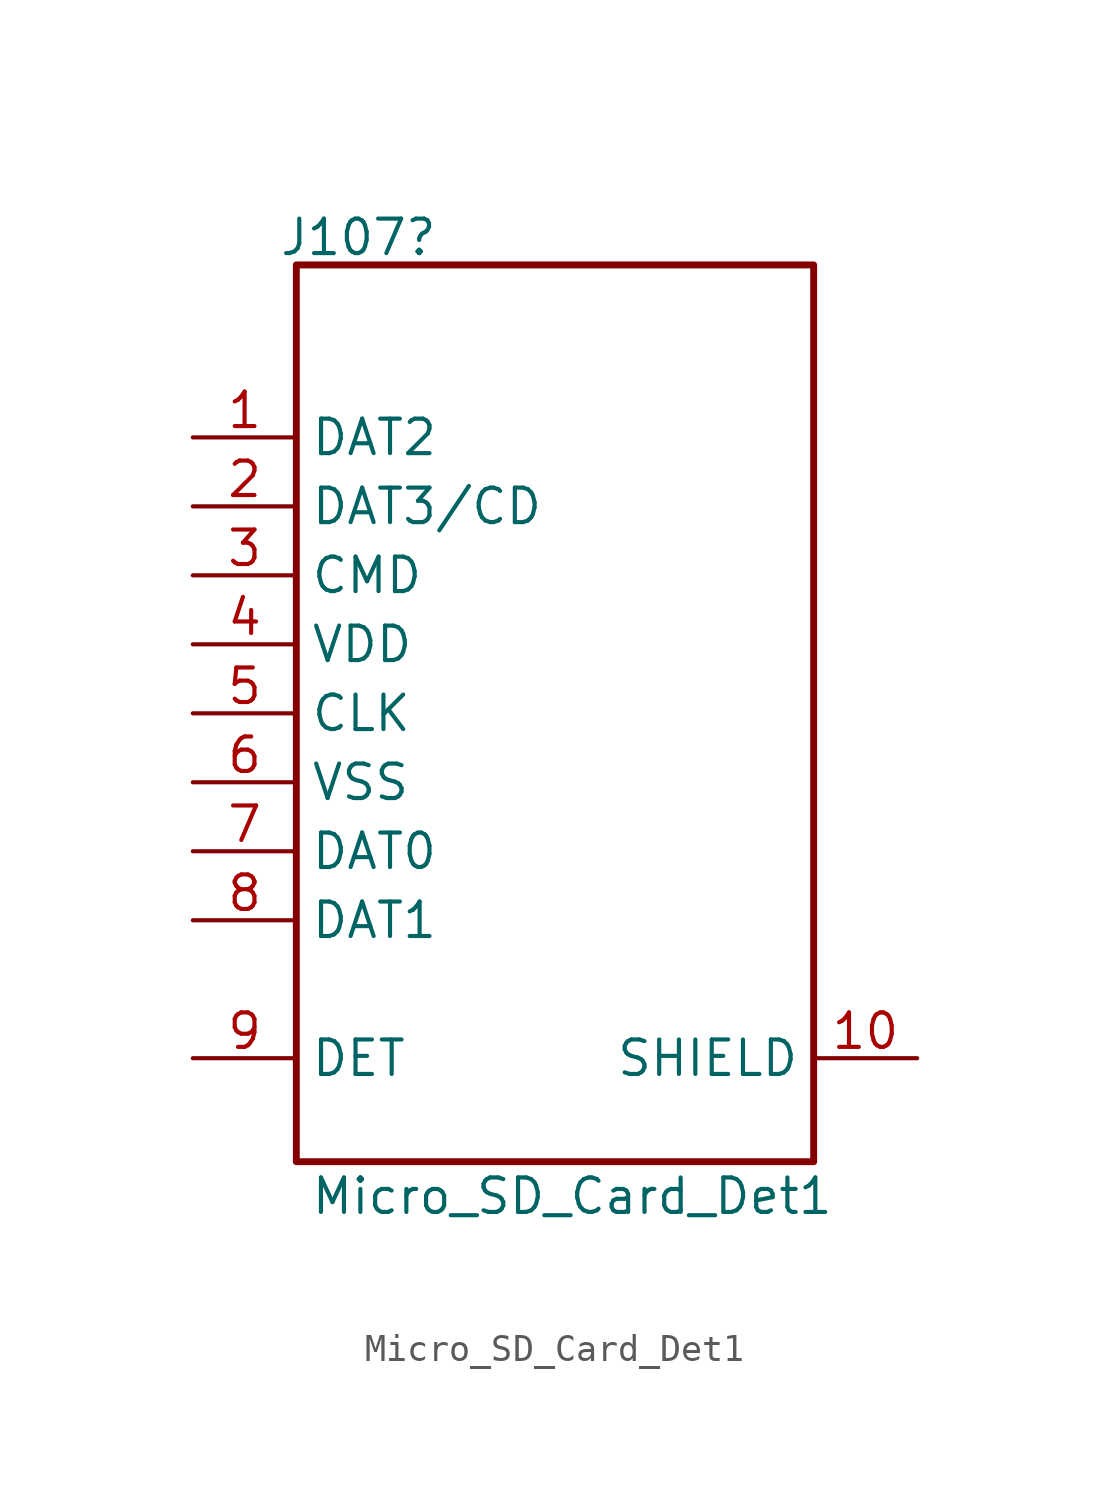
<source format=kicad_sym>
(kicad_symbol_lib
  (version 20241209)
  (generator "kicad_symbol_editor")
  (generator_version "9.0")
  (symbol "Micro_SD_Card_Det1"
    (property "Reference" "J107"
      (at 2.286 34.036 0)
      (effects (font (size 1.27 1.27))))
    (property "Value" "Micro_SD_Card_Det1"
      (at 10.16 -1.27 0)
      (effects (font (size 1.27 1.27))))
    (symbol "Micro_SD_Card_Det1_0_1"
      (polyline (pts (xy 0 33.02) (xy 0 0) (xy 19.05 0) (xy 19.05 33.02) (xy 0 33.02)) (stroke (width 0.254) (type default)) (fill (type none))))
    (symbol "Micro_SD_Card_Det1_1_1"
      (pin bidirectional line (at -3.81 26.67 0) (length 3.81) (name "DAT2" (effects (font (size 1.27 1.27)))) (number "1" (effects (font (size 1.27 1.27)))))
      (pin bidirectional line (at -3.81 24.13 0) (length 3.81) (name "DAT3/CD" (effects (font (size 1.27 1.27)))) (number "2" (effects (font (size 1.27 1.27)))))
      (pin input line (at -3.81 21.59 0) (length 3.81) (name "CMD" (effects (font (size 1.27 1.27)))) (number "3" (effects (font (size 1.27 1.27)))))
      (pin power_in line (at -3.81 19.05 0) (length 3.81) (name "VDD" (effects (font (size 1.27 1.27)))) (number "4" (effects (font (size 1.27 1.27)))))
      (pin input line (at -3.81 16.51 0) (length 3.81) (name "CLK" (effects (font (size 1.27 1.27)))) (number "5" (effects (font (size 1.27 1.27)))))
      (pin power_in line (at -3.81 13.97 0) (length 3.81) (name "VSS" (effects (font (size 1.27 1.27)))) (number "6" (effects (font (size 1.27 1.27)))))
      (pin bidirectional line (at -3.81 11.43 0) (length 3.81) (name "DAT0" (effects (font (size 1.27 1.27)))) (number "7" (effects (font (size 1.27 1.27)))))
      (pin bidirectional line (at -3.81 8.89 0) (length 3.81) (name "DAT1" (effects (font (size 1.27 1.27)))) (number "8" (effects (font (size 1.27 1.27)))))
      (pin passive line (at -3.81 3.81 0) (length 3.81) (name "DET" (effects (font (size 1.27 1.27)))) (number "9" (effects (font (size 1.27 1.27)))))
      (pin passive line (at 22.86 3.81 180) (length 3.81) (name "SHIELD" (effects (font (size 1.27 1.27)))) (number "10" (effects (font (size 1.27 1.27))))))))
</source>
